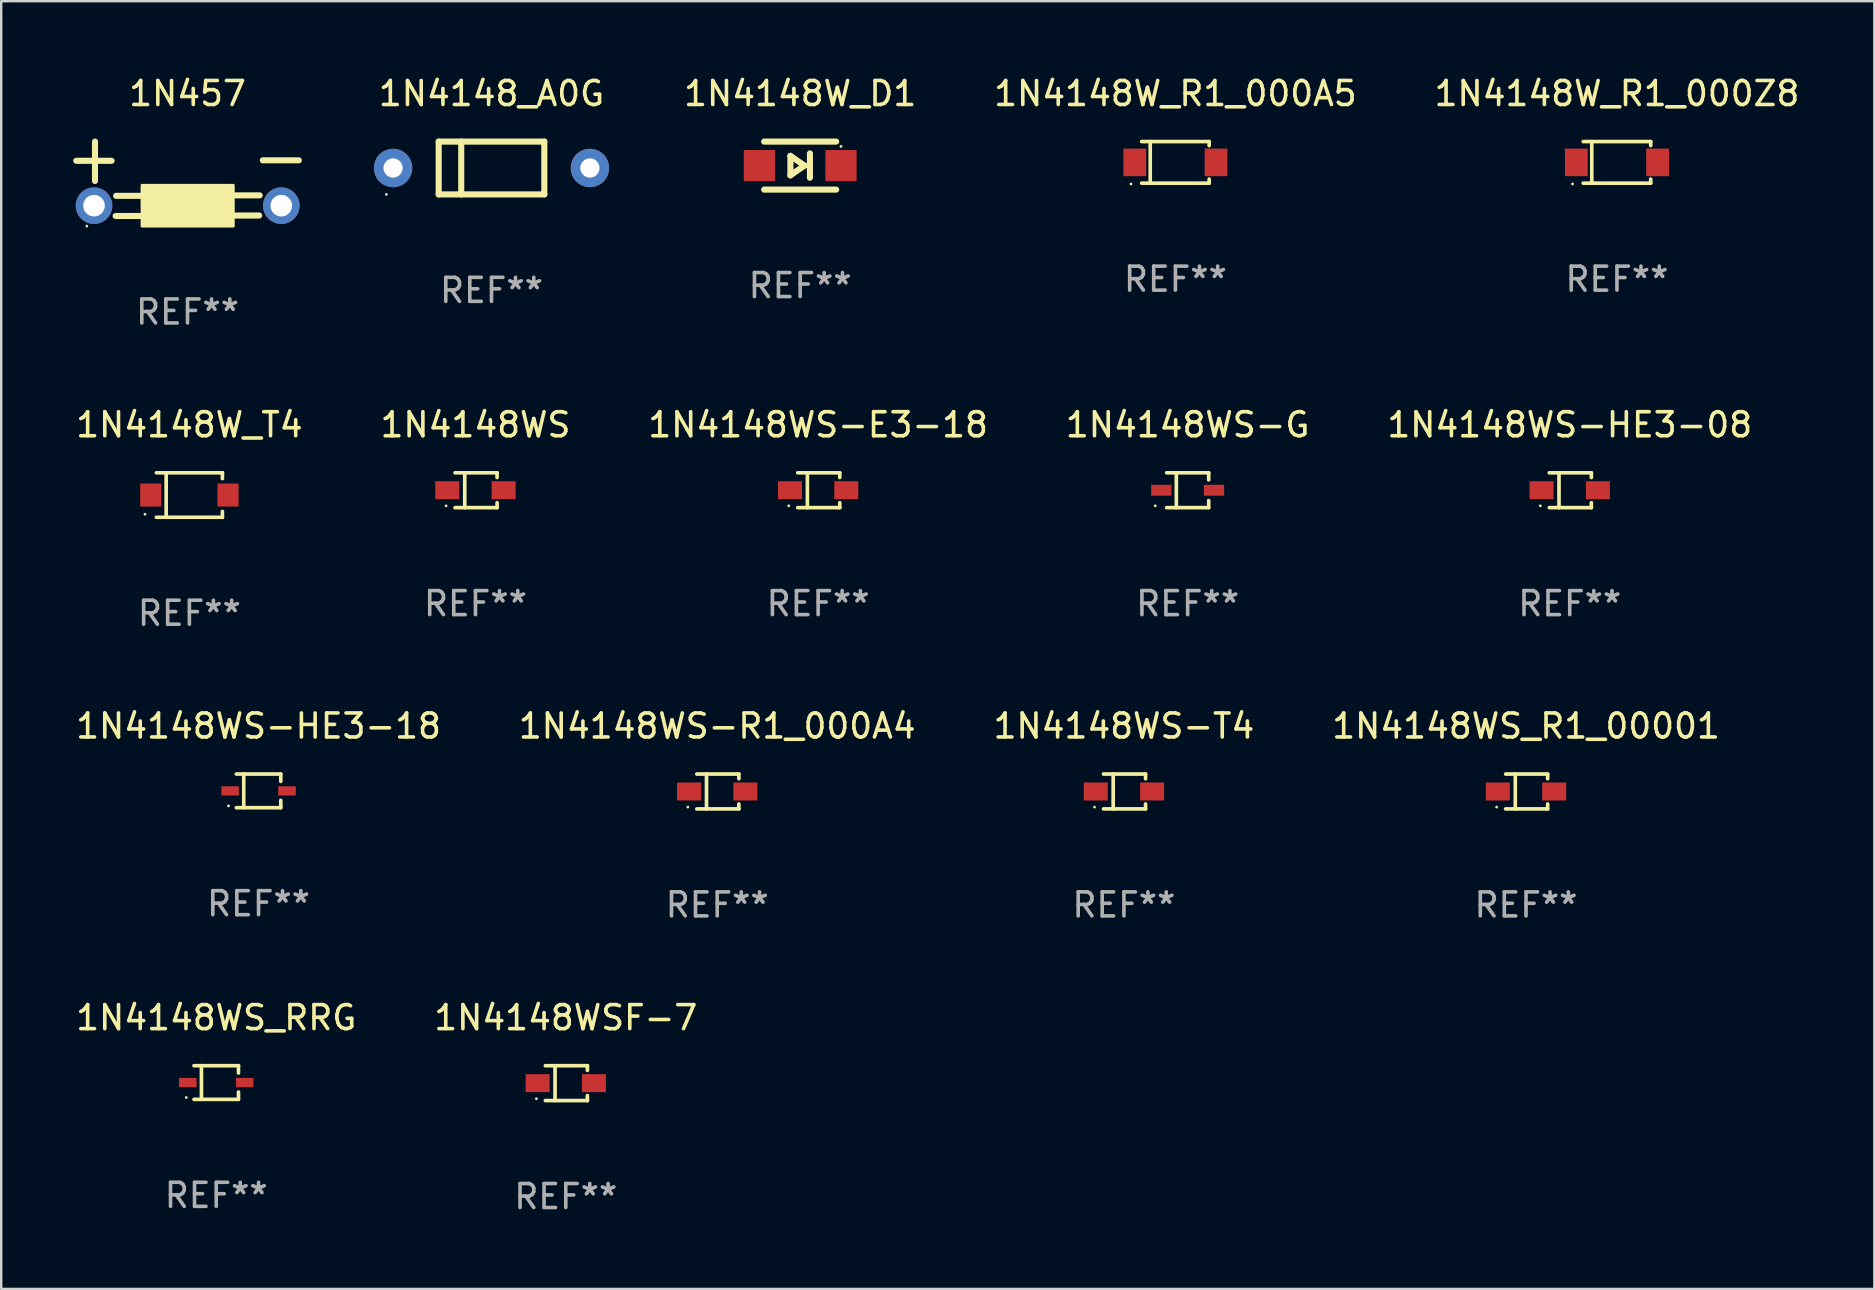
<source format=kicad_pcb>
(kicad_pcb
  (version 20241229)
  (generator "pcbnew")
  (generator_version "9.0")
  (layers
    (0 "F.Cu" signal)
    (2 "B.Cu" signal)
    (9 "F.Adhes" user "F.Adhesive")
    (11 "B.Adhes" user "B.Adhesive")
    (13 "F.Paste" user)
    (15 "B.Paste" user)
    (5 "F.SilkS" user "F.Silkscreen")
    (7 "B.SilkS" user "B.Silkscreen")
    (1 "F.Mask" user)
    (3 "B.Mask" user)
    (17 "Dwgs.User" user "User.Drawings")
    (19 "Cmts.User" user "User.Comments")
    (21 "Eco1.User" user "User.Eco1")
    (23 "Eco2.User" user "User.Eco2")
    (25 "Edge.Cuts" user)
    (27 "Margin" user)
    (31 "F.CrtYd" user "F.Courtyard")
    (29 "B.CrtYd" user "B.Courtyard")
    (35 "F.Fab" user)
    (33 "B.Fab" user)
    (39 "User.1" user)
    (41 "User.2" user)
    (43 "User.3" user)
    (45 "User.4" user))
  (footprint "1N457"
    (layer "F.Cu")
    (at 4.762 4.398)
    (property "Reference" "1N457" (at 0 -3.55 0) (layer "F.SilkS") (effects (font (size 1 1) (thickness 0.15))))
    (attr through_hole)
    (fp_line (start -4.635 -0.75) (end -3.165 -0.75) (stroke (width 0.254) (type solid)) (layer "F.SilkS"))
    (fp_line (start -3.855 -1.55) (end -3.855 0.09) (stroke (width 0.254) (type solid)) (layer "F.SilkS"))
    (fp_line (start -1.995 1.55) (end -2.995 1.55) (stroke (width 0.254) (type solid)) (layer "F.SilkS"))
    (fp_line (start -1.955 0.71) (end -2.975 0.71) (stroke (width 0.254) (type solid)) (layer "F.SilkS"))
    (fp_line (start 1.965 1.53) (end 2.985 1.53) (stroke (width 0.254) (type solid)) (layer "F.SilkS"))
    (fp_line (start 2.005 0.69) (end 3.005 0.69) (stroke (width 0.254) (type solid)) (layer "F.SilkS"))
    (fp_line (start 3.135 -0.77) (end 4.635 -0.77) (stroke (width 0.254) (type solid)) (layer "F.SilkS"))
    (fp_circle (center -4.195 1.97) (end -4.165 1.97) (stroke (width 0.06) (type solid)) (fill no) (layer "F.SilkS"))
    (fp_poly (pts (xy -1.895 0.27) (xy 1.905 0.27) (xy 1.905 1.97) (xy -1.895 1.97)) (stroke (width 0.12) (type solid)) (fill yes) (layer "F.SilkS"))
    (fp_text user "REF**" (at 0 5.55 0) (layer "F.Fab") (effects (font (size 1 1) (thickness 0.15))))
    (pad "1" thru_hole circle (at -3.895 1.12) (size 1.524 1.524) (drill 0.9) (layers "*.Cu" "*.Mask"))
    (pad "2" thru_hole circle (at 3.905 1.12) (size 1.524 1.524) (drill 0.9) (layers "*.Cu" "*.Mask")))
  (footprint "1N4148WSF-7"
    (layer "F.Cu")
    (at 20.518 42.069)
    (property "Reference" "1N4148WSF-7" (at 0 -2.726 0) (layer "F.SilkS") (effects (font (size 1 1) (thickness 0.15))))
    (attr through_hole)
    (fp_line (start -0.851 -0.726) (end 0.901 -0.726) (stroke (width 0.152) (type solid)) (layer "F.SilkS"))
    (fp_line (start -0.851 0.726) (end 0.901 0.726) (stroke (width 0.152) (type solid)) (layer "F.SilkS"))
    (fp_line (start -0.447 -0.726) (end -0.447 0.726) (stroke (width 0.152) (type solid)) (layer "F.SilkS"))
    (fp_line (start 0.901 -0.726) (end 0.901 -0.53) (stroke (width 0.152) (type solid)) (layer "F.SilkS"))
    (fp_line (start 0.901 0.726) (end 0.901 0.52) (stroke (width 0.152) (type solid)) (layer "F.SilkS"))
    (fp_circle (center -1.225 0.65) (end -1.195 0.65) (stroke (width 0.06) (type solid)) (fill no) (layer "F.SilkS"))
    (fp_text user "REF**" (at 0 4.726 0) (layer "F.Fab") (effects (font (size 1 1) (thickness 0.15))))
    (pad "1" smd rect (at -1.173 0) (size 1 0.75) (layers "F.Cu" "F.Mask" "F.Paste"))
    (pad "2" smd rect (at 1.173 0) (size 1 0.75) (layers "F.Cu" "F.Mask" "F.Paste")))
  (footprint "1N4148WS-G"
    (layer "F.Cu")
    (at 46.423 17.371)
    (property "Reference" "1N4148WS-G" (at 0 -2.726 0) (layer "F.SilkS") (effects (font (size 1 1) (thickness 0.15))))
    (attr through_hole)
    (fp_line (start -0.876 -0.726) (end 0.876 -0.726) (stroke (width 0.152) (type solid)) (layer "F.SilkS"))
    (fp_line (start -0.876 0.726) (end 0.876 0.726) (stroke (width 0.152) (type solid)) (layer "F.SilkS"))
    (fp_line (start -0.472 -0.726) (end -0.472 0.726) (stroke (width 0.152) (type solid)) (layer "F.SilkS"))
    (fp_line (start 0.876 -0.726) (end 0.876 -0.431) (stroke (width 0.152) (type solid)) (layer "F.SilkS"))
    (fp_line (start 0.876 0.726) (end 0.876 0.431) (stroke (width 0.152) (type solid)) (layer "F.SilkS"))
    (fp_circle (center -1.35 0.65) (end -1.32 0.65) (stroke (width 0.06) (type solid)) (fill no) (layer "F.SilkS"))
    (fp_text user "REF**" (at 0 4.726 0) (layer "F.Fab") (effects (font (size 1 1) (thickness 0.15))))
    (pad "1" smd rect (at -1.098 0 180) (size 0.845 0.455) (layers "F.Cu" "F.Mask" "F.Paste"))
    (pad "2" smd rect (at 1.098 0 180) (size 0.845 0.455) (layers "F.Cu" "F.Mask" "F.Paste")))
  (footprint "1N4148WS_R1_00001"
    (layer "F.Cu")
    (at 60.518 29.92)
    (property "Reference" "1N4148WS_R1_00001" (at 0 -2.726 0) (layer "F.SilkS") (effects (font (size 1 1) (thickness 0.15))))
    (attr through_hole)
    (fp_line (start -0.851 -0.726) (end 0.901 -0.726) (stroke (width 0.152) (type solid)) (layer "F.SilkS"))
    (fp_line (start -0.851 0.726) (end 0.901 0.726) (stroke (width 0.152) (type solid)) (layer "F.SilkS"))
    (fp_line (start -0.447 -0.726) (end -0.447 0.726) (stroke (width 0.152) (type solid)) (layer "F.SilkS"))
    (fp_line (start 0.901 -0.726) (end 0.901 -0.53) (stroke (width 0.152) (type solid)) (layer "F.SilkS"))
    (fp_line (start 0.901 0.726) (end 0.901 0.52) (stroke (width 0.152) (type solid)) (layer "F.SilkS"))
    (fp_circle (center -1.225 0.65) (end -1.195 0.65) (stroke (width 0.06) (type solid)) (fill no) (layer "F.SilkS"))
    (fp_text user "REF**" (at 0 4.726 0) (layer "F.Fab") (effects (font (size 1 1) (thickness 0.15))))
    (pad "1" smd rect (at -1.173 0) (size 1 0.75) (layers "F.Cu" "F.Mask" "F.Paste"))
    (pad "2" smd rect (at 1.173 0) (size 1 0.75) (layers "F.Cu" "F.Mask" "F.Paste")))
  (footprint "1N4148W_R1_000Z8"
    (layer "F.Cu")
    (at 64.306 3.714)
    (property "Reference" "1N4148W_R1_000Z8" (at 0 -2.866 0) (layer "F.SilkS") (effects (font (size 1 1) (thickness 0.15))))
    (attr through_hole)
    (fp_line (start -1.406 -0.866) (end 1.406 -0.866) (stroke (width 0.152) (type solid)) (layer "F.SilkS"))
    (fp_line (start -1.406 0.866) (end 1.406 0.866) (stroke (width 0.152) (type solid)) (layer "F.SilkS"))
    (fp_line (start -1.049 -0.866) (end -1.049 0.866) (stroke (width 0.152) (type solid)) (layer "F.SilkS"))
    (fp_line (start 1.406 -0.866) (end 1.406 -0.698) (stroke (width 0.152) (type solid)) (layer "F.SilkS"))
    (fp_line (start 1.406 0.866) (end 1.406 0.698) (stroke (width 0.152) (type solid)) (layer "F.SilkS"))
    (fp_circle (center -1.851 0.9) (end -1.821 0.9) (stroke (width 0.06) (type solid)) (fill no) (layer "F.SilkS"))
    (fp_text user "REF**" (at 0 4.866 0) (layer "F.Fab") (effects (font (size 1 1) (thickness 0.15))))
    (pad "1" smd rect (at -1.692 0) (size 0.95 1.15) (layers "F.Cu" "F.Mask" "F.Paste"))
    (pad "2" smd rect (at 1.692 0) (size 0.95 1.15) (layers "F.Cu" "F.Mask" "F.Paste")))
  (footprint "1N4148WS-T4"
    (layer "F.Cu")
    (at 43.768 29.92)
    (property "Reference" "1N4148WS-T4" (at 0 -2.726 0) (layer "F.SilkS") (effects (font (size 1 1) (thickness 0.15))))
    (attr through_hole)
    (fp_line (start -0.851 -0.726) (end 0.901 -0.726) (stroke (width 0.152) (type solid)) (layer "F.SilkS"))
    (fp_line (start -0.851 0.726) (end 0.901 0.726) (stroke (width 0.152) (type solid)) (layer "F.SilkS"))
    (fp_line (start -0.447 -0.726) (end -0.447 0.726) (stroke (width 0.152) (type solid)) (layer "F.SilkS"))
    (fp_line (start 0.901 -0.726) (end 0.901 -0.53) (stroke (width 0.152) (type solid)) (layer "F.SilkS"))
    (fp_line (start 0.901 0.726) (end 0.901 0.52) (stroke (width 0.152) (type solid)) (layer "F.SilkS"))
    (fp_circle (center -1.225 0.65) (end -1.195 0.65) (stroke (width 0.06) (type solid)) (fill no) (layer "F.SilkS"))
    (fp_text user "REF**" (at 0 4.726 0) (layer "F.Fab") (effects (font (size 1 1) (thickness 0.15))))
    (pad "1" smd rect (at -1.173 0) (size 1 0.75) (layers "F.Cu" "F.Mask" "F.Paste"))
    (pad "2" smd rect (at 1.173 0) (size 1 0.75) (layers "F.Cu" "F.Mask" "F.Paste")))
  (footprint "1N4148_A0G"
    (layer "F.Cu")
    (at 17.424 3.948)
    (property "Reference" "1N4148_A0G" (at 0 -3.1 0) (layer "F.SilkS") (effects (font (size 1 1) (thickness 0.15))))
    (attr through_hole)
    (fp_line (start -2.2 -1.1) (end -2.2 1.1) (stroke (width 0.254) (type solid)) (layer "F.SilkS"))
    (fp_line (start -2.2 -1.1) (end 2.2 -1.1) (stroke (width 0.254) (type solid)) (layer "F.SilkS"))
    (fp_line (start -2.2 1.1) (end 2.2 1.1) (stroke (width 0.254) (type solid)) (layer "F.SilkS"))
    (fp_line (start -1.261 -1.1) (end -1.261 1.1) (stroke (width 0.254) (type solid)) (layer "F.SilkS"))
    (fp_line (start 2.2 -1.1) (end 2.2 1.1) (stroke (width 0.254) (type solid)) (layer "F.SilkS"))
    (fp_circle (center -4.38 1.1) (end -4.35 1.1) (stroke (width 0.06) (type solid)) (fill no) (layer "F.SilkS"))
    (fp_text user "REF**" (at 0 5.1 0) (layer "F.Fab") (effects (font (size 1 1) (thickness 0.15))))
    (pad "1" thru_hole circle (at -4.1 0) (size 1.6 1.6) (drill 0.8) (layers "*.Cu" "*.Mask"))
    (pad "2" thru_hole circle (at 4.1 0) (size 1.6 1.6) (drill 0.8) (layers "*.Cu" "*.Mask")))
  (footprint "1N4148WS_RRG"
    (layer "F.Cu")
    (at 5.958 42.044)
    (property "Reference" "1N4148WS_RRG" (at 0 -2.701 0) (layer "F.SilkS") (effects (font (size 1 1) (thickness 0.15))))
    (attr through_hole)
    (fp_line (start -0.926 -0.701) (end 0.926 -0.701) (stroke (width 0.152) (type solid)) (layer "F.SilkS"))
    (fp_line (start -0.926 0.701) (end 0.926 0.701) (stroke (width 0.152) (type solid)) (layer "F.SilkS"))
    (fp_line (start -0.617 -0.701) (end -0.617 0.701) (stroke (width 0.152) (type solid)) (layer "F.SilkS"))
    (fp_line (start 0.926 -0.701) (end 0.926 -0.396) (stroke (width 0.152) (type solid)) (layer "F.SilkS"))
    (fp_line (start 0.926 0.701) (end 0.926 0.396) (stroke (width 0.152) (type solid)) (layer "F.SilkS"))
    (fp_circle (center -1.25 0.625) (end -1.22 0.625) (stroke (width 0.06) (type solid)) (fill no) (layer "F.SilkS"))
    (fp_text user "REF**" (at 0 4.701 0) (layer "F.Fab") (effects (font (size 1 1) (thickness 0.15))))
    (pad "1" smd rect (at -1.185 0 180) (size 0.73 0.385) (layers "F.Cu" "F.Mask" "F.Paste"))
    (pad "2" smd rect (at 1.185 0 180) (size 0.73 0.385) (layers "F.Cu" "F.Mask" "F.Paste")))
  (footprint "1N4148WS-E3-18"
    (layer "F.Cu")
    (at 31.03 17.371)
    (property "Reference" "1N4148WS-E3-18" (at 0 -2.726 0) (layer "F.SilkS") (effects (font (size 1 1) (thickness 0.15))))
    (attr through_hole)
    (fp_line (start -0.851 -0.726) (end 0.901 -0.726) (stroke (width 0.152) (type solid)) (layer "F.SilkS"))
    (fp_line (start -0.851 0.726) (end 0.901 0.726) (stroke (width 0.152) (type solid)) (layer "F.SilkS"))
    (fp_line (start -0.447 -0.726) (end -0.447 0.726) (stroke (width 0.152) (type solid)) (layer "F.SilkS"))
    (fp_line (start 0.901 -0.726) (end 0.901 -0.53) (stroke (width 0.152) (type solid)) (layer "F.SilkS"))
    (fp_line (start 0.901 0.726) (end 0.901 0.52) (stroke (width 0.152) (type solid)) (layer "F.SilkS"))
    (fp_circle (center -1.225 0.65) (end -1.195 0.65) (stroke (width 0.06) (type solid)) (fill no) (layer "F.SilkS"))
    (fp_text user "REF**" (at 0 4.726 0) (layer "F.Fab") (effects (font (size 1 1) (thickness 0.15))))
    (pad "1" smd rect (at -1.173 0) (size 1 0.75) (layers "F.Cu" "F.Mask" "F.Paste"))
    (pad "2" smd rect (at 1.173 0) (size 1 0.75) (layers "F.Cu" "F.Mask" "F.Paste")))
  (footprint "1N4148WS-HE3-08"
    (layer "F.Cu")
    (at 62.339 17.371)
    (property "Reference" "1N4148WS-HE3-08" (at 0 -2.726 0) (layer "F.SilkS") (effects (font (size 1 1) (thickness 0.15))))
    (attr through_hole)
    (fp_line (start -0.851 -0.726) (end 0.901 -0.726) (stroke (width 0.152) (type solid)) (layer "F.SilkS"))
    (fp_line (start -0.851 0.726) (end 0.901 0.726) (stroke (width 0.152) (type solid)) (layer "F.SilkS"))
    (fp_line (start -0.447 -0.726) (end -0.447 0.726) (stroke (width 0.152) (type solid)) (layer "F.SilkS"))
    (fp_line (start 0.901 -0.726) (end 0.901 -0.53) (stroke (width 0.152) (type solid)) (layer "F.SilkS"))
    (fp_line (start 0.901 0.726) (end 0.901 0.52) (stroke (width 0.152) (type solid)) (layer "F.SilkS"))
    (fp_circle (center -1.225 0.65) (end -1.195 0.65) (stroke (width 0.06) (type solid)) (fill no) (layer "F.SilkS"))
    (fp_text user "REF**" (at 0 4.726 0) (layer "F.Fab") (effects (font (size 1 1) (thickness 0.15))))
    (pad "1" smd rect (at -1.173 0) (size 1 0.75) (layers "F.Cu" "F.Mask" "F.Paste"))
    (pad "2" smd rect (at 1.173 0) (size 1 0.75) (layers "F.Cu" "F.Mask" "F.Paste")))
  (footprint "1N4148W_D1"
    (layer "F.Cu")
    (at 30.282 3.848)
    (property "Reference" "1N4148W_D1" (at 0 -3 0) (layer "F.SilkS") (effects (font (size 1 1) (thickness 0.15))))
    (attr through_hole)
    (fp_line (start -1.5 -1) (end 1.5 -1) (stroke (width 0.254) (type solid)) (layer "F.SilkS"))
    (fp_line (start -0.406 -0.406) (end 0.178 0) (stroke (width 0.254) (type solid)) (layer "F.SilkS"))
    (fp_line (start -0.406 0.406) (end -0.406 -0.406) (stroke (width 0.254) (type solid)) (layer "F.SilkS"))
    (fp_line (start 0.178 0) (end -0.406 0.406) (stroke (width 0.254) (type solid)) (layer "F.SilkS"))
    (fp_line (start 0.406 0.508) (end 0.406 -0.508) (stroke (width 0.254) (type solid)) (layer "F.SilkS"))
    (fp_line (start 1.5 1) (end -1.5 1) (stroke (width 0.254) (type solid)) (layer "F.SilkS"))
    (fp_circle (center 1.7 -0.8) (end 1.73 -0.8) (stroke (width 0.06) (type solid)) (fill no) (layer "F.SilkS"))
    (fp_text user "REF**" (at 0 5 0) (layer "F.Fab") (effects (font (size 1 1) (thickness 0.15))))
    (pad "1" smd rect (at 1.7 0 180) (size 1.3 1.3) (layers "F.Cu" "F.Mask" "F.Paste"))
    (pad "2" smd rect (at -1.7 0 180) (size 1.3 1.3) (layers "F.Cu" "F.Mask" "F.Paste")))
  (footprint "1N4148WS"
    (layer "F.Cu")
    (at 16.756 17.371)
    (property "Reference" "1N4148WS" (at 0 -2.726 0) (layer "F.SilkS") (effects (font (size 1 1) (thickness 0.15))))
    (attr through_hole)
    (fp_line (start -0.851 -0.726) (end 0.901 -0.726) (stroke (width 0.152) (type solid)) (layer "F.SilkS"))
    (fp_line (start -0.851 0.726) (end 0.901 0.726) (stroke (width 0.152) (type solid)) (layer "F.SilkS"))
    (fp_line (start -0.447 -0.726) (end -0.447 0.726) (stroke (width 0.152) (type solid)) (layer "F.SilkS"))
    (fp_line (start 0.901 -0.726) (end 0.901 -0.53) (stroke (width 0.152) (type solid)) (layer "F.SilkS"))
    (fp_line (start 0.901 0.726) (end 0.901 0.52) (stroke (width 0.152) (type solid)) (layer "F.SilkS"))
    (fp_circle (center -1.225 0.65) (end -1.195 0.65) (stroke (width 0.06) (type solid)) (fill no) (layer "F.SilkS"))
    (fp_text user "REF**" (at 0 4.726 0) (layer "F.Fab") (effects (font (size 1 1) (thickness 0.15))))
    (pad "1" smd rect (at -1.173 0) (size 1 0.75) (layers "F.Cu" "F.Mask" "F.Paste"))
    (pad "2" smd rect (at 1.173 0) (size 1 0.75) (layers "F.Cu" "F.Mask" "F.Paste")))
  (footprint "1N4148WS-R1_000A4"
    (layer "F.Cu")
    (at 26.827 29.92)
    (property "Reference" "1N4148WS-R1_000A4" (at 0 -2.726 0) (layer "F.SilkS") (effects (font (size 1 1) (thickness 0.15))))
    (attr through_hole)
    (fp_line (start -0.851 -0.726) (end 0.901 -0.726) (stroke (width 0.152) (type solid)) (layer "F.SilkS"))
    (fp_line (start -0.851 0.726) (end 0.901 0.726) (stroke (width 0.152) (type solid)) (layer "F.SilkS"))
    (fp_line (start -0.447 -0.726) (end -0.447 0.726) (stroke (width 0.152) (type solid)) (layer "F.SilkS"))
    (fp_line (start 0.901 -0.726) (end 0.901 -0.53) (stroke (width 0.152) (type solid)) (layer "F.SilkS"))
    (fp_line (start 0.901 0.726) (end 0.901 0.52) (stroke (width 0.152) (type solid)) (layer "F.SilkS"))
    (fp_circle (center -1.225 0.65) (end -1.195 0.65) (stroke (width 0.06) (type solid)) (fill no) (layer "F.SilkS"))
    (fp_text user "REF**" (at 0 4.726 0) (layer "F.Fab") (effects (font (size 1 1) (thickness 0.15))))
    (pad "1" smd rect (at -1.173 0) (size 1 0.75) (layers "F.Cu" "F.Mask" "F.Paste"))
    (pad "2" smd rect (at 1.173 0) (size 1 0.75) (layers "F.Cu" "F.Mask" "F.Paste")))
  (footprint "1N4148W_T4"
    (layer "F.Cu")
    (at 4.839 17.571)
    (property "Reference" "1N4148W_T4" (at 0 -2.926 0) (layer "F.SilkS") (effects (font (size 1 1) (thickness 0.15))))
    (attr through_hole)
    (fp_line (start -1.376 -0.926) (end 1.376 -0.926) (stroke (width 0.152) (type solid)) (layer "F.SilkS"))
    (fp_line (start -1.376 0.926) (end 1.376 0.926) (stroke (width 0.152) (type solid)) (layer "F.SilkS"))
    (fp_line (start -0.967 -0.926) (end -0.967 0.926) (stroke (width 0.152) (type solid)) (layer "F.SilkS"))
    (fp_line (start 1.376 -0.926) (end 1.376 -0.683) (stroke (width 0.152) (type solid)) (layer "F.SilkS"))
    (fp_line (start 1.376 0.926) (end 1.376 0.683) (stroke (width 0.152) (type solid)) (layer "F.SilkS"))
    (fp_circle (center -1.85 0.8) (end -1.82 0.8) (stroke (width 0.06) (type solid)) (fill no) (layer "F.SilkS"))
    (fp_text user "REF**" (at 0 4.926 0) (layer "F.Fab") (effects (font (size 1 1) (thickness 0.15))))
    (pad "1" smd rect (at -1.61 0) (size 0.88 0.96) (layers "F.Cu" "F.Mask" "F.Paste"))
    (pad "2" smd rect (at 1.61 0) (size 0.88 0.96) (layers "F.Cu" "F.Mask" "F.Paste")))
  (footprint "1N4148W_R1_000A5"
    (layer "F.Cu")
    (at 45.913 3.714)
    (property "Reference" "1N4148W_R1_000A5" (at 0 -2.866 0) (layer "F.SilkS") (effects (font (size 1 1) (thickness 0.15))))
    (attr through_hole)
    (fp_line (start -1.406 -0.866) (end 1.406 -0.866) (stroke (width 0.152) (type solid)) (layer "F.SilkS"))
    (fp_line (start -1.406 0.866) (end 1.406 0.866) (stroke (width 0.152) (type solid)) (layer "F.SilkS"))
    (fp_line (start -1.049 -0.866) (end -1.049 0.866) (stroke (width 0.152) (type solid)) (layer "F.SilkS"))
    (fp_line (start 1.406 -0.866) (end 1.406 -0.698) (stroke (width 0.152) (type solid)) (layer "F.SilkS"))
    (fp_line (start 1.406 0.866) (end 1.406 0.698) (stroke (width 0.152) (type solid)) (layer "F.SilkS"))
    (fp_circle (center -1.851 0.9) (end -1.821 0.9) (stroke (width 0.06) (type solid)) (fill no) (layer "F.SilkS"))
    (fp_text user "REF**" (at 0 4.866 0) (layer "F.Fab") (effects (font (size 1 1) (thickness 0.15))))
    (pad "1" smd rect (at -1.692 0) (size 0.95 1.15) (layers "F.Cu" "F.Mask" "F.Paste"))
    (pad "2" smd rect (at 1.692 0) (size 0.95 1.15) (layers "F.Cu" "F.Mask" "F.Paste")))
  (footprint "1N4148WS-HE3-18"
    (layer "F.Cu")
    (at 7.72 29.895)
    (property "Reference" "1N4148WS-HE3-18" (at 0 -2.701 0) (layer "F.SilkS") (effects (font (size 1 1) (thickness 0.15))))
    (attr through_hole)
    (fp_line (start -0.926 -0.701) (end 0.926 -0.701) (stroke (width 0.152) (type solid)) (layer "F.SilkS"))
    (fp_line (start -0.926 0.701) (end 0.926 0.701) (stroke (width 0.152) (type solid)) (layer "F.SilkS"))
    (fp_line (start -0.617 -0.701) (end -0.617 0.701) (stroke (width 0.152) (type solid)) (layer "F.SilkS"))
    (fp_line (start 0.926 -0.701) (end 0.926 -0.396) (stroke (width 0.152) (type solid)) (layer "F.SilkS"))
    (fp_line (start 0.926 0.701) (end 0.926 0.396) (stroke (width 0.152) (type solid)) (layer "F.SilkS"))
    (fp_circle (center -1.25 0.625) (end -1.22 0.625) (stroke (width 0.06) (type solid)) (fill no) (layer "F.SilkS"))
    (fp_text user "REF**" (at 0 4.701 0) (layer "F.Fab") (effects (font (size 1 1) (thickness 0.15))))
    (pad "1" smd rect (at -1.185 0 180) (size 0.73 0.385) (layers "F.Cu" "F.Mask" "F.Paste"))
    (pad "2" smd rect (at 1.185 0 180) (size 0.73 0.385) (layers "F.Cu" "F.Mask" "F.Paste")))
  (gr_rect
    (start -3 -3)
    (end 75.027 50.643)
    (stroke (width 0.1) (type default))
    (fill no)
    (layer "Edge.Cuts")))
</source>
